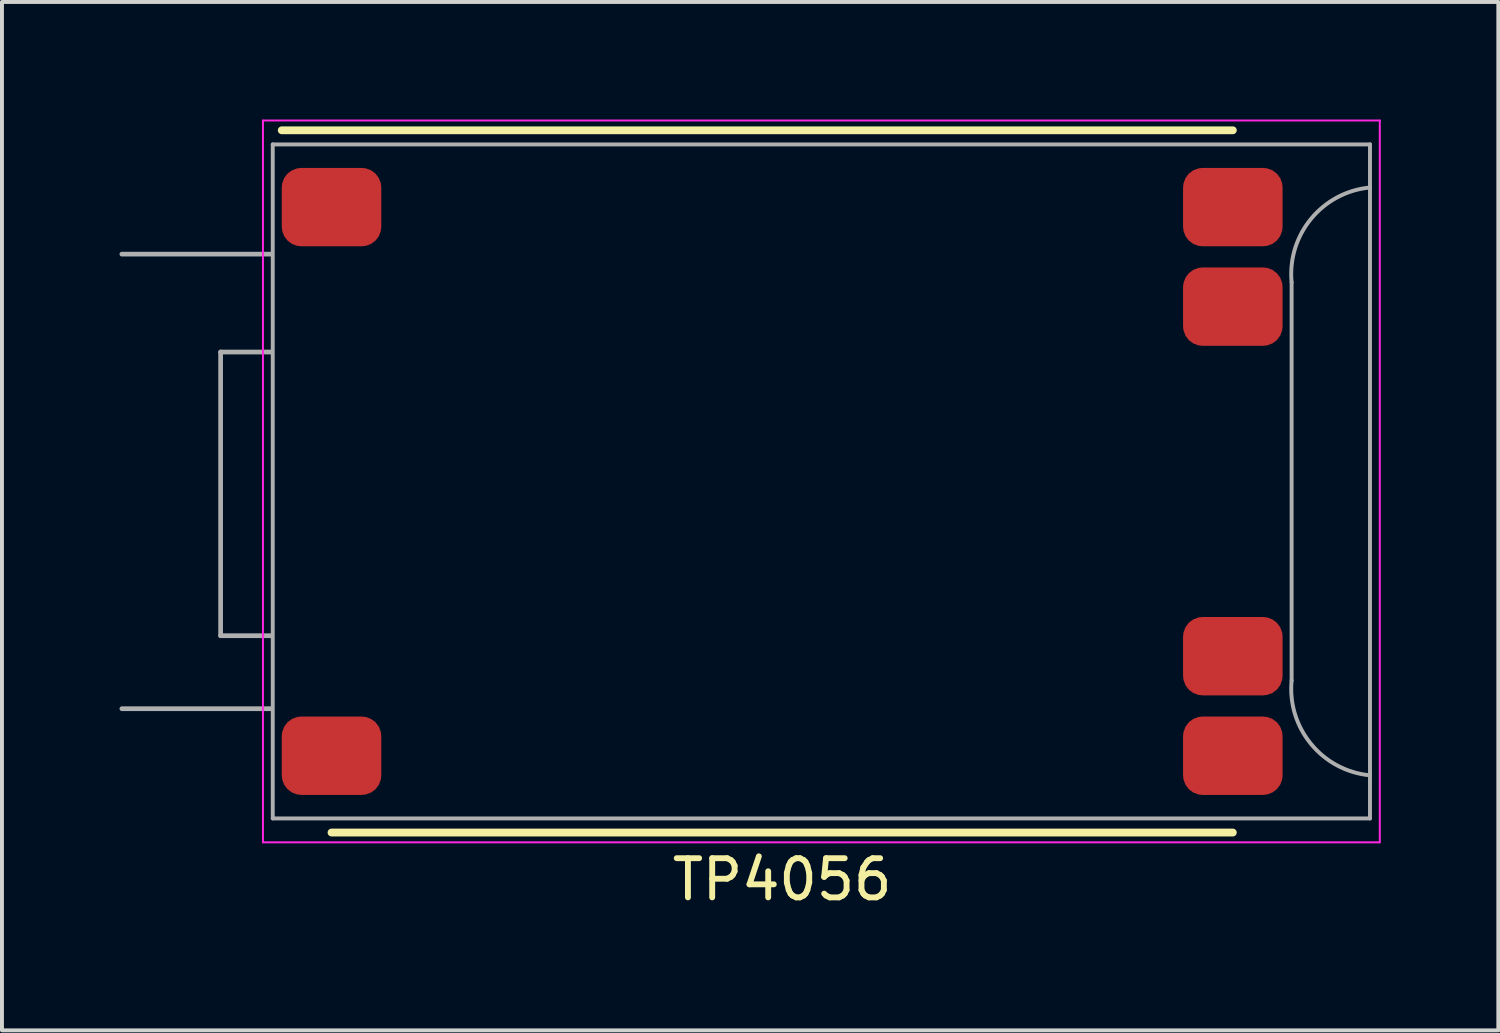
<source format=kicad_pcb>
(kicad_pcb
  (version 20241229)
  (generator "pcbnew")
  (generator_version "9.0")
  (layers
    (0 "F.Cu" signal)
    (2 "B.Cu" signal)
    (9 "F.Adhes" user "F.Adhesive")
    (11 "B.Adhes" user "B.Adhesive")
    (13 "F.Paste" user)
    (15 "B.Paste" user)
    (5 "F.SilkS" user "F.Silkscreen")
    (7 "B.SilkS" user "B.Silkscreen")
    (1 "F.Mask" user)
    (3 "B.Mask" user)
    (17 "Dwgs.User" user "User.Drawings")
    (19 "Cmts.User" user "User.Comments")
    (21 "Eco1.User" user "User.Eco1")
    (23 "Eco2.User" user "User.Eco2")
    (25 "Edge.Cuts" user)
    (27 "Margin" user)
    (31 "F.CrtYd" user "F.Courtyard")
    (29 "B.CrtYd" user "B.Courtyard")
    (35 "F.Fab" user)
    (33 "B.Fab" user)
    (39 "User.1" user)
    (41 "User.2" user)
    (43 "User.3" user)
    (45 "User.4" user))
  (footprint "TP4056"
    (layer "F.Cu")
    (at 16.91 9.235)
    (property "Reference" "TP4056" (at 0 10.16 0) (unlocked yes) (layer "F.SilkS") (effects (font (size 1 1) (thickness 0.15))))
    (attr smd)
    (fp_line (start -12.77 -8.96) (end 11.5 -8.96) (stroke (width 0.2) (type solid)) (layer "F.SilkS"))
    (fp_line (start -11.5 8.96) (end 11.5 8.96) (stroke (width 0.2) (type solid)) (layer "F.SilkS"))
    (fp_line (start -13.25 -9.21) (end 15.25 -9.21) (stroke (width 0.05) (type solid)) (layer "F.CrtYd"))
    (fp_line (start -13.25 9.21) (end -13.25 -9.21) (stroke (width 0.05) (type solid)) (layer "F.CrtYd"))
    (fp_line (start 15.25 -9.21) (end 15.25 9.21) (stroke (width 0.05) (type solid)) (layer "F.CrtYd"))
    (fp_line (start 15.25 9.21) (end -13.25 9.21) (stroke (width 0.05) (type solid)) (layer "F.CrtYd"))
    (fp_line (start -14.33 -3.302) (end -14.33 3.937) (stroke (width 0.12) (type solid)) (layer "F.Fab"))
    (fp_line (start -14.33 -3.302) (end -13.03 -3.302) (stroke (width 0.12) (type solid)) (layer "F.Fab"))
    (fp_line (start -14.33 3.937) (end -13.03 3.937) (stroke (width 0.12) (type solid)) (layer "F.Fab"))
    (fp_line (start -13.03 -5.8) (end -16.85 -5.8) (stroke (width 0.12) (type solid)) (layer "F.Fab"))
    (fp_line (start -13.03 5.8) (end -16.85 5.8) (stroke (width 0.12) (type solid)) (layer "F.Fab"))
    (fp_line (start -13 -8.6) (end 15 -8.6) (stroke (width 0.1) (type solid)) (layer "F.Fab"))
    (fp_line (start -13 8.6) (end -13 -8.6) (stroke (width 0.1) (type solid)) (layer "F.Fab"))
    (fp_line (start 13 -5.08) (end 13 5.08) (stroke (width 0.1) (type solid)) (layer "F.Fab"))
    (fp_line (start 15 -8.6) (end 15 8.6) (stroke (width 0.1) (type solid)) (layer "F.Fab"))
    (fp_line (start 15 8.6) (end -13 8.6) (stroke (width 0.1) (type solid)) (layer "F.Fab"))
    (fp_arc (start 13 -5.08) (mid 13.498802 -6.704214) (end 15 -7.5) (stroke (width 0.1) (type solid)) (layer "F.Fab"))
    (fp_arc (start 15 7.5) (mid 13.498802 6.704214) (end 13 5.08) (stroke (width 0.1) (type solid)) (layer "F.Fab"))
    (pad "1" smd roundrect (at -11.5 -7) (size 2.54 2) (layers "F.Cu" "F.Mask" "F.Paste") (roundrect_rratio 0.25))
    (pad "2" smd roundrect (at -11.5 7) (size 2.54 2) (layers "F.Cu" "F.Mask" "F.Paste") (roundrect_rratio 0.25))
    (pad "3" smd roundrect (at 11.5 7) (size 2.54 2) (layers "F.Cu" "F.Mask" "F.Paste") (roundrect_rratio 0.25))
    (pad "4" smd roundrect (at 11.5 4.46) (size 2.54 2) (layers "F.Cu" "F.Mask" "F.Paste") (roundrect_rratio 0.25))
    (pad "5" smd roundrect (at 11.5 -4.46) (size 2.54 2) (layers "F.Cu" "F.Mask" "F.Paste") (roundrect_rratio 0.25))
    (pad "6" smd roundrect (at 11.5 -7) (size 2.54 2) (layers "F.Cu" "F.Mask" "F.Paste") (roundrect_rratio 0.25)))
  (gr_rect
    (start -3 -3)
    (end 35.185 23.243)
    (stroke (width 0.1) (type default))
    (fill no)
    (layer "Edge.Cuts")))
</source>
